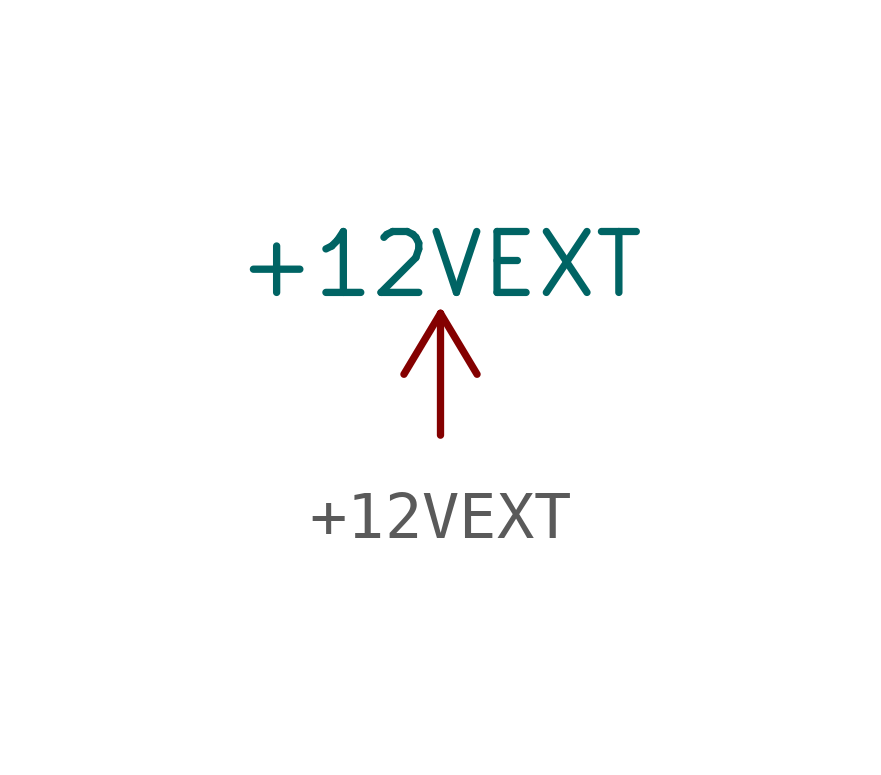
<source format=kicad_sym>
(kicad_symbol_lib
  (version 20220914)
  (generator kicad_symbol_editor)
  (symbol "+12VEXT"
    (power)
    (pin_names
      (offset 0))
    (property "Reference" "#PWR12VEXT"
      (at 0 -3.81 0)
      (effects (font (size 1.27 1.27)) hide))
    (property "Value" "+12VEXT"
      (at 0 3.556 0)
      (effects (font (size 1.27 1.27))))
    (symbol "+12VEXT_0_1"
      (polyline (pts (xy -0.762 1.27) (xy 0 2.54)) (stroke (width 0) (type default)) (fill (type none)))
      (polyline (pts (xy 0 0) (xy 0 2.54)) (stroke (width 0) (type default)) (fill (type none)))
      (polyline (pts (xy 0 2.54) (xy 0.762 1.27)) (stroke (width 0) (type default)) (fill (type none))))
    (symbol "+12VEXT_1_1"
      (pin power_in line (at 0 0 90) (length 0) hide (name "+12VEXT" (effects (font (size 1.27 1.27)))) (number "1" (effects (font (size 1.27 1.27))))))))
</source>
